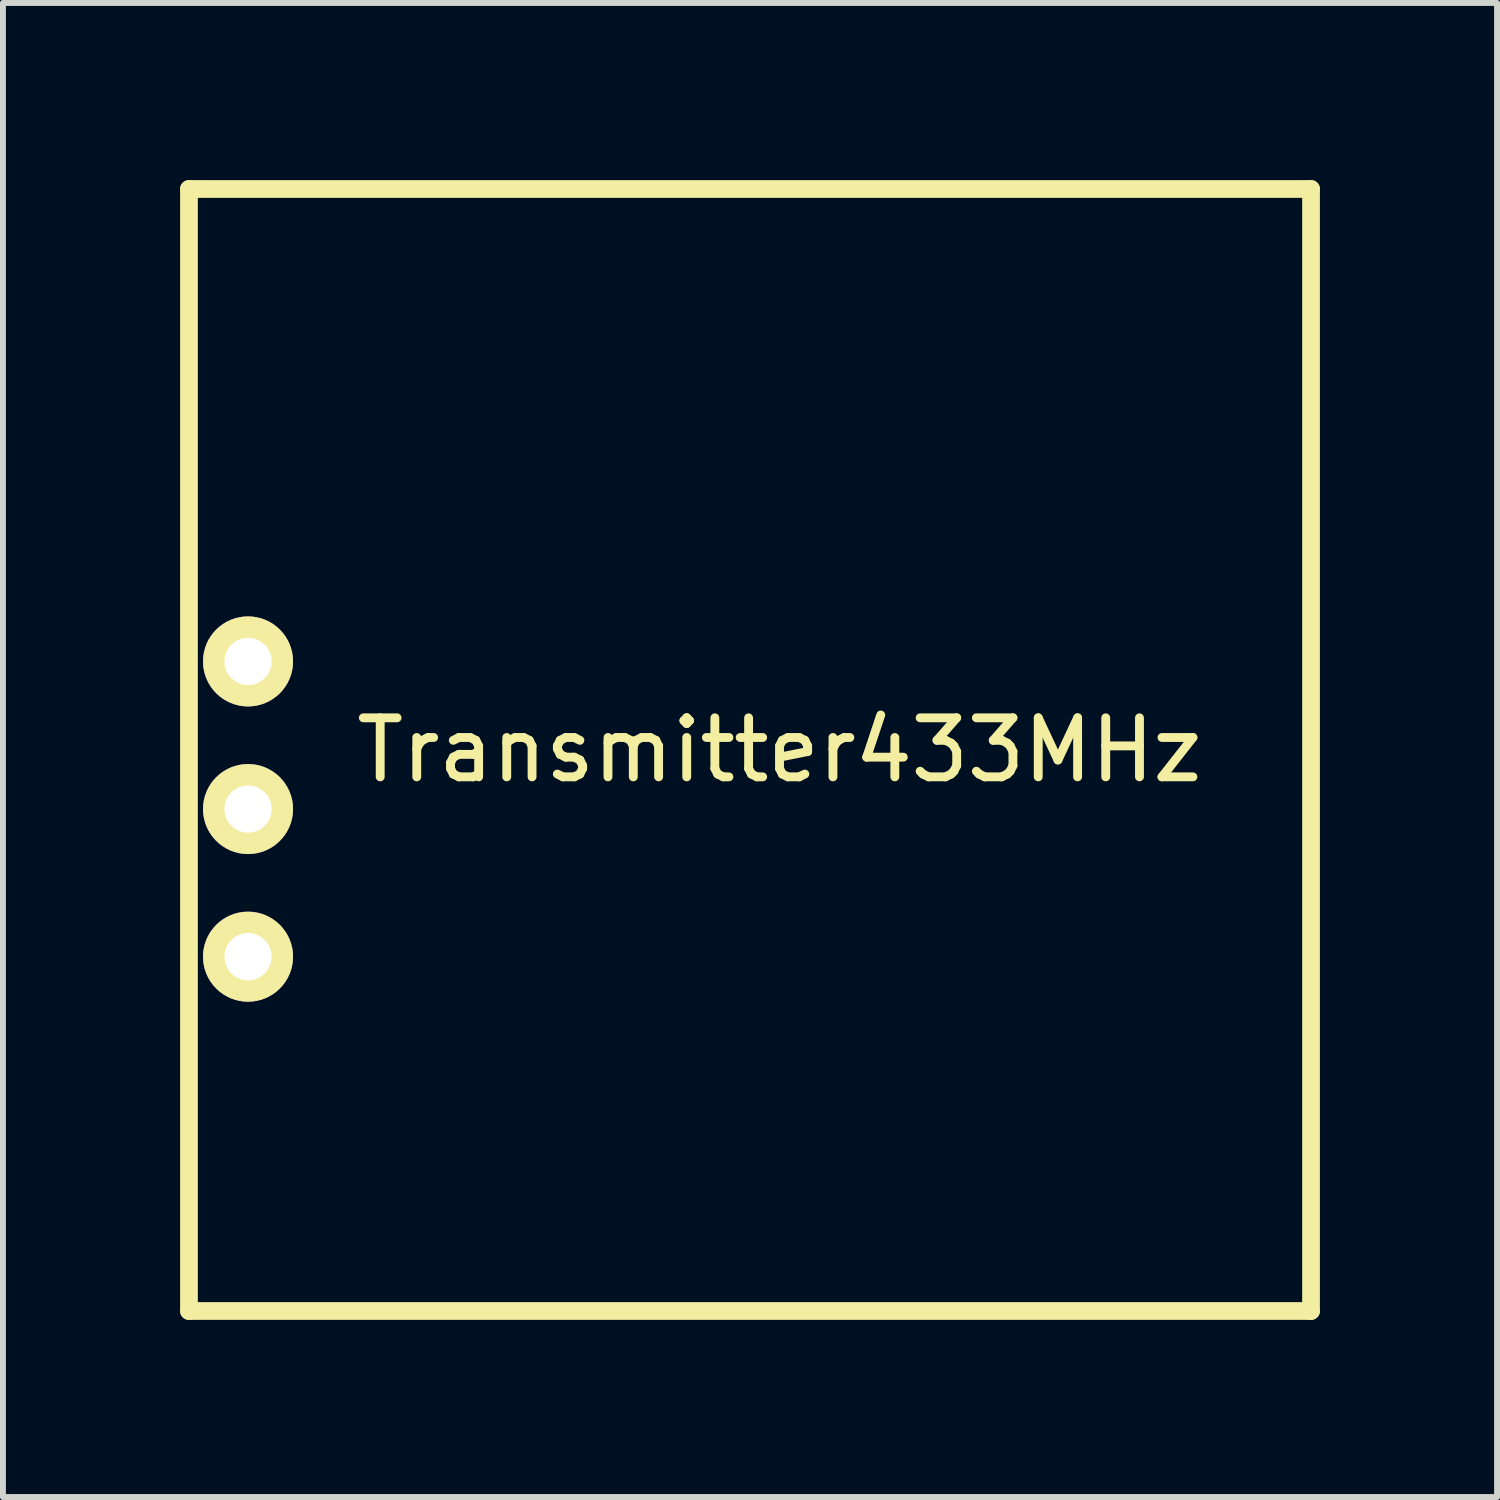
<source format=kicad_pcb>
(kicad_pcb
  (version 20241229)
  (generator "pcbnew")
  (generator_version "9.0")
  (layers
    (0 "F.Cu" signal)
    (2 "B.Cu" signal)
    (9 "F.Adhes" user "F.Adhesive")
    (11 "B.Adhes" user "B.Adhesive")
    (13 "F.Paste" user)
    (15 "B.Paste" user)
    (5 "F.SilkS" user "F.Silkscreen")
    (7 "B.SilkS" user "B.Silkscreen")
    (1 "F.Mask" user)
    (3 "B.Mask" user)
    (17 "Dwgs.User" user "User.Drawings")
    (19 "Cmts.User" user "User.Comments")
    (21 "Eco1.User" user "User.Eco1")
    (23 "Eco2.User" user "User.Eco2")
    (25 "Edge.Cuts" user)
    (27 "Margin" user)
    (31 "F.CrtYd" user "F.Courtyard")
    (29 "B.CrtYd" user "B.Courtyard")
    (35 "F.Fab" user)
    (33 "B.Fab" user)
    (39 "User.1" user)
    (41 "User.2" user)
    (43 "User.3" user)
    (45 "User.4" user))
  (footprint "Transmitter433MHz"
    (layer "F.Cu")
    (at 1.15 5.65)
    (property "Reference" "Transmitter433MHz" (at 9 4 0) (layer "F.SilkS") (effects (font (size 1 1) (thickness 0.15))))
    (attr through_hole)
    (fp_line (start -1 -5.5) (end -1 13.5) (stroke (width 0.3) (type solid)) (layer "F.SilkS"))
    (fp_line (start -1 13.5) (end 18 13.5) (stroke (width 0.3) (type solid)) (layer "F.SilkS"))
    (fp_line (start 18 -5.5) (end -1 -5.5) (stroke (width 0.3) (type solid)) (layer "F.SilkS"))
    (fp_line (start 18 13.5) (end 18 -5.5) (stroke (width 0.3) (type solid)) (layer "F.SilkS"))
    (pad "1" thru_hole circle (at 0 7.5) (size 1.524 1.524) (drill 0.8) (layers "*.Cu" "*.Mask" "F.SilkS"))
    (pad "2" thru_hole circle (at 0 5) (size 1.524 1.524) (drill 0.8) (layers "*.Cu" "*.Mask" "F.SilkS"))
    (pad "3" thru_hole circle (at 0 2.5) (size 1.524 1.524) (drill 0.8) (layers "*.Cu" "*.Mask" "F.SilkS")))
  (gr_rect
    (start -3 -3)
    (end 22.3 22.3)
    (stroke (width 0.1) (type default))
    (fill no)
    (layer "Edge.Cuts")))
</source>
